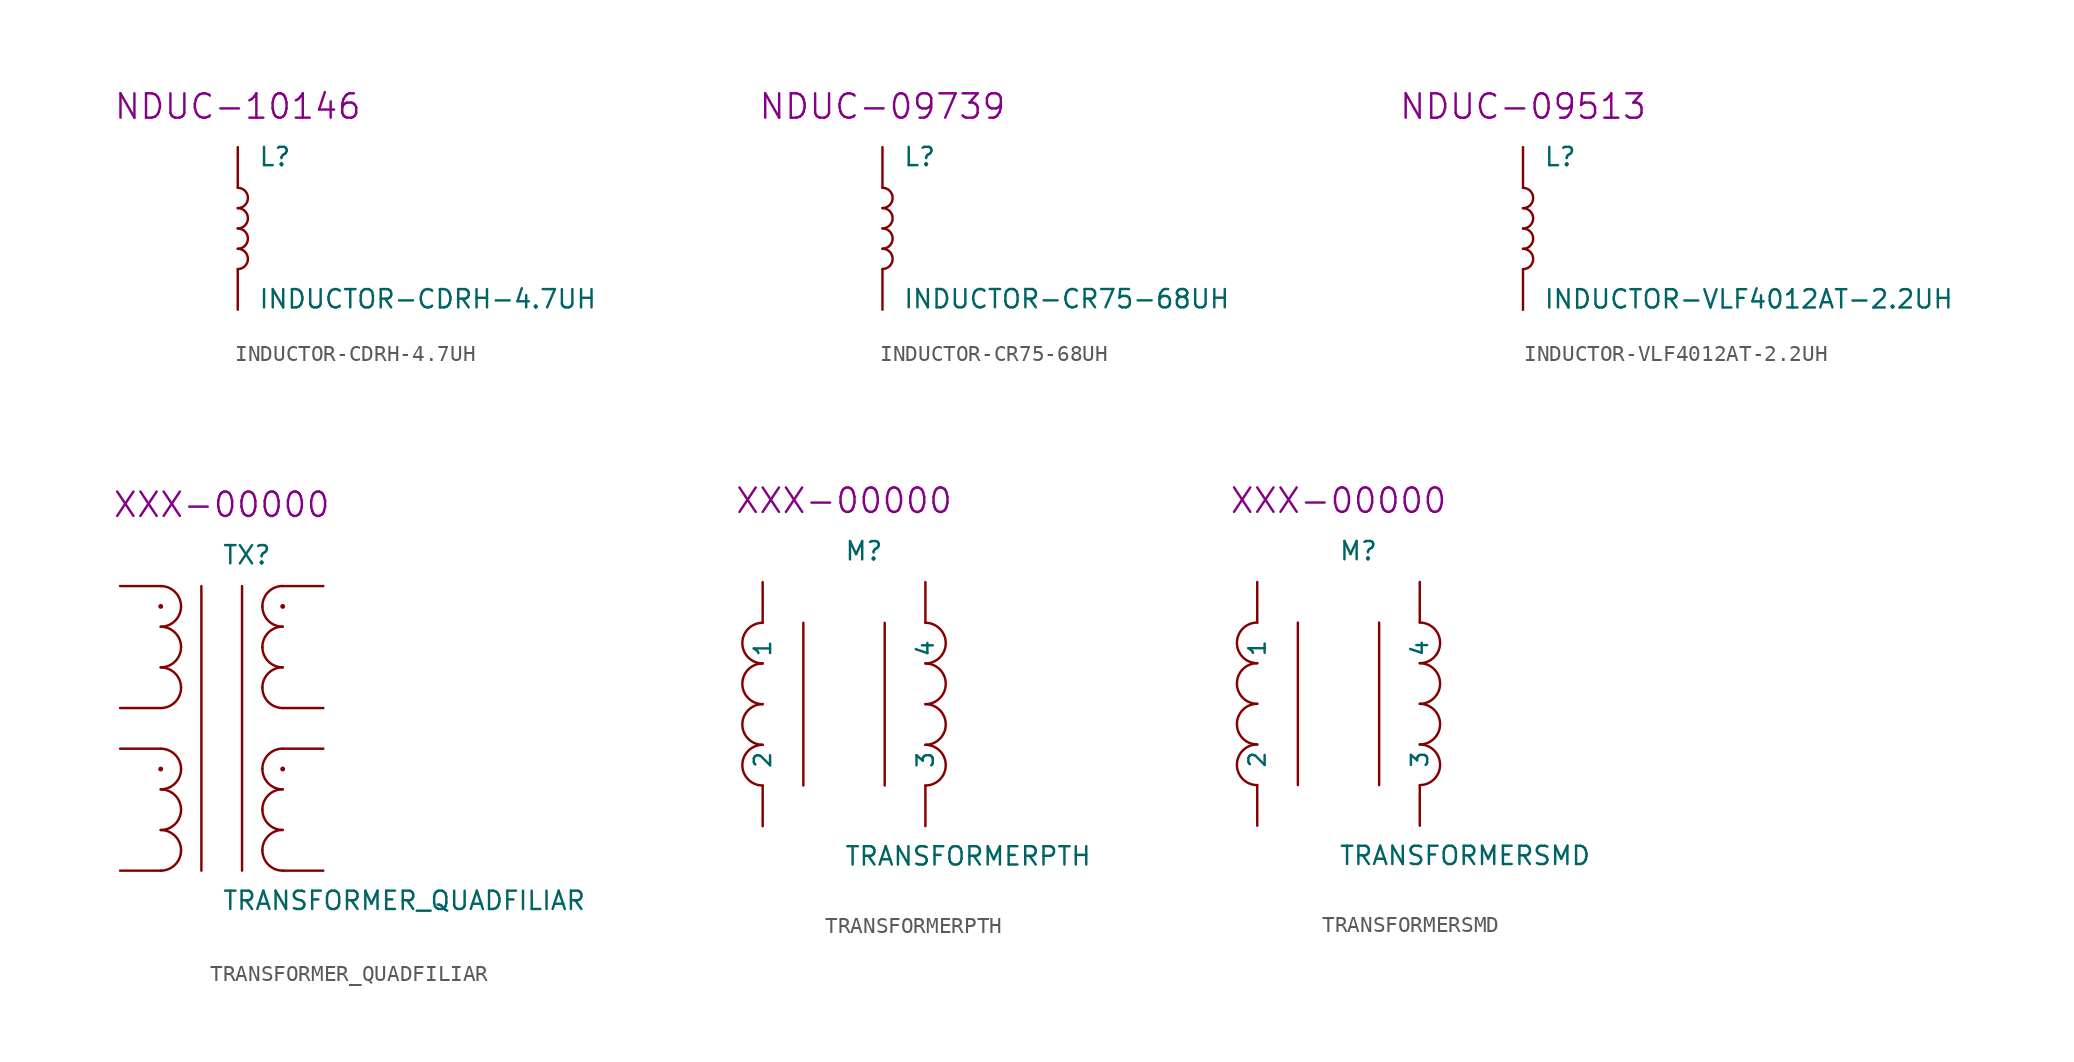
<source format=kicad_sym>
(kicad_symbol_lib
  (version 20201005)
  (generator kicad_symbol_editor)
  (symbol "INDUCTOR-CDRH-4.7UH"
    (pin_numbers hide)
    (pin_names
      (offset 1.016) hide)
    (property "Reference" "L"
      (at 1.27 3.81 0)
      (effects (font (size 1.143 1.143)) (justify left bottom)))
    (property "Value" "INDUCTOR-CDRH-4.7UH"
      (at 1.27 -5.08 0)
      (effects (font (size 1.143 1.143)) (justify left bottom)))
    (property "Field4" "NDUC-10146"
      (at 0 7.62 0)
      (effects (font (size 1.524 1.524))))
    (property "ki_locked" ""
      (at 0 0 0)
      (effects (font (size 1.27 1.27))))
    (symbol "INDUCTOR-CDRH-4.7UH_1_1"
      (arc (start 0 -2.54) (end 0 -1.27) (radius (at 0 -1.905) (length 0.635) (angles -89.9 89.9)) (stroke (width 0)) (fill (type none)))
      (arc (start 0 -1.27) (end 0 0) (radius (at 0 -0.635) (length 0.635) (angles -89.9 89.9)) (stroke (width 0)) (fill (type none)))
      (arc (start 0 0) (end 0 1.27) (radius (at 0 0.635) (length 0.635) (angles -89.9 89.9)) (stroke (width 0)) (fill (type none)))
      (arc (start 0 1.27) (end 0 2.54) (radius (at 0 1.905) (length 0.635) (angles -89.9 89.9)) (stroke (width 0)) (fill (type none)))
      (pin passive line (at 0 5.08 270) (length 2.54) (name "1" (effects (font (size 1.016 1.016)))) (number "P$1" (effects (font (size 1.016 1.016)))))
      (pin passive line (at 0 -5.08 90) (length 2.54) (name "2" (effects (font (size 1.016 1.016)))) (number "P$2" (effects (font (size 1.016 1.016)))))))
  (symbol "INDUCTOR-CR75-68UH"
    (pin_numbers hide)
    (pin_names
      (offset 1.016) hide)
    (property "Reference" "L"
      (at 1.27 3.81 0)
      (effects (font (size 1.143 1.143)) (justify left bottom)))
    (property "Value" "INDUCTOR-CR75-68UH"
      (at 1.27 -5.08 0)
      (effects (font (size 1.143 1.143)) (justify left bottom)))
    (property "Field4" "NDUC-09739"
      (at 0 7.62 0)
      (effects (font (size 1.524 1.524))))
    (property "ki_locked" ""
      (at 0 0 0)
      (effects (font (size 1.27 1.27))))
    (symbol "INDUCTOR-CR75-68UH_1_1"
      (arc (start 0 -2.54) (end 0 -1.27) (radius (at 0 -1.905) (length 0.635) (angles -89.9 89.9)) (stroke (width 0)) (fill (type none)))
      (arc (start 0 -1.27) (end 0 0) (radius (at 0 -0.635) (length 0.635) (angles -89.9 89.9)) (stroke (width 0)) (fill (type none)))
      (arc (start 0 0) (end 0 1.27) (radius (at 0 0.635) (length 0.635) (angles -89.9 89.9)) (stroke (width 0)) (fill (type none)))
      (arc (start 0 1.27) (end 0 2.54) (radius (at 0 1.905) (length 0.635) (angles -89.9 89.9)) (stroke (width 0)) (fill (type none)))
      (pin passive line (at 0 5.08 270) (length 2.54) (name "1" (effects (font (size 1.016 1.016)))) (number "P$1" (effects (font (size 1.016 1.016)))))
      (pin passive line (at 0 -5.08 90) (length 2.54) (name "2" (effects (font (size 1.016 1.016)))) (number "P$2" (effects (font (size 1.016 1.016)))))))
  (symbol "INDUCTOR-VLF4012AT-2.2UH"
    (pin_numbers hide)
    (pin_names
      (offset 1.016) hide)
    (property "Reference" "L"
      (at 1.27 3.81 0)
      (effects (font (size 1.143 1.143)) (justify left bottom)))
    (property "Value" "INDUCTOR-VLF4012AT-2.2UH"
      (at 1.27 -5.08 0)
      (effects (font (size 1.143 1.143)) (justify left bottom)))
    (property "Field4" "NDUC-09513"
      (at 0 7.62 0)
      (effects (font (size 1.524 1.524))))
    (property "ki_locked" ""
      (at 0 0 0)
      (effects (font (size 1.27 1.27))))
    (symbol "INDUCTOR-VLF4012AT-2.2UH_1_1"
      (arc (start 0 -2.54) (end 0 -1.27) (radius (at 0 -1.905) (length 0.635) (angles -89.9 89.9)) (stroke (width 0)) (fill (type none)))
      (arc (start 0 -1.27) (end 0 0) (radius (at 0 -0.635) (length 0.635) (angles -89.9 89.9)) (stroke (width 0)) (fill (type none)))
      (arc (start 0 0) (end 0 1.27) (radius (at 0 0.635) (length 0.635) (angles -89.9 89.9)) (stroke (width 0)) (fill (type none)))
      (arc (start 0 1.27) (end 0 2.54) (radius (at 0 1.905) (length 0.635) (angles -89.9 89.9)) (stroke (width 0)) (fill (type none)))
      (pin passive line (at 0 5.08 270) (length 2.54) (name "1" (effects (font (size 1.016 1.016)))) (number "P$1" (effects (font (size 1.016 1.016)))))
      (pin passive line (at 0 -5.08 90) (length 2.54) (name "2" (effects (font (size 1.016 1.016)))) (number "P$2" (effects (font (size 1.016 1.016)))))))
  (symbol "TRANSFORMER_QUADFILIAR"
    (pin_numbers hide)
    (pin_names
      (offset 1.016) hide)
    (property "Reference" "TX"
      (at 0 19.05 0)
      (effects (font (size 1.143 1.143)) (justify left bottom)))
    (property "Value" "TRANSFORMER_QUADFILIAR"
      (at 0 -2.54 0)
      (effects (font (size 1.143 1.143)) (justify left bottom)))
    (property "Field4" "XXX-00000"
      (at 0 22.86 0)
      (effects (font (size 1.524 1.524))))
    (property "ki_locked" ""
      (at 0 0 0)
      (effects (font (size 1.27 1.27))))
    (symbol "TRANSFORMER_QUADFILIAR_1_0"
      (polyline (pts (xy -1.27 17.78) (xy -1.27 0)) (stroke (width 0)) (fill (type none)))
      (polyline (pts (xy 1.27 0) (xy 1.27 17.78)) (stroke (width 0)) (fill (type none))))
    (symbol "TRANSFORMER_QUADFILIAR_1_1"
      (arc (start -2.54 1.27) (end -3.81 2.54) (radius (at -3.81 1.27) (length 1.27) (angles 0.1 89.9)) (stroke (width 0)) (fill (type none)))
      (arc (start -3.81 0) (end -2.54 1.27) (radius (at -3.81 1.27) (length 1.27) (angles -89.9 -0.1)) (stroke (width 0)) (fill (type none)))
      (arc (start -2.54 3.81) (end -3.81 5.08) (radius (at -3.81 3.81) (length 1.27) (angles 0.1 89.9)) (stroke (width 0)) (fill (type none)))
      (arc (start -3.81 2.54) (end -2.54 3.81) (radius (at -3.81 3.81) (length 1.27) (angles -89.9 -0.1)) (stroke (width 0)) (fill (type none)))
      (arc (start -2.54 6.35) (end -3.81 7.62) (radius (at -3.81 6.35) (length 1.27) (angles 0.1 89.9)) (stroke (width 0)) (fill (type none)))
      (arc (start -3.81 5.08) (end -2.54 6.35) (radius (at -3.81 6.35) (length 1.27) (angles -89.9 -0.1)) (stroke (width 0)) (fill (type none)))
      (arc (start -2.54 11.43) (end -3.81 12.7) (radius (at -3.81 11.43) (length 1.27) (angles 0.1 89.9)) (stroke (width 0)) (fill (type none)))
      (arc (start -3.81 10.16) (end -2.54 11.43) (radius (at -3.81 11.43) (length 1.27) (angles -89.9 -0.1)) (stroke (width 0)) (fill (type none)))
      (arc (start -2.54 13.97) (end -3.81 15.24) (radius (at -3.81 13.97) (length 1.27) (angles 0.1 89.9)) (stroke (width 0)) (fill (type none)))
      (arc (start -3.81 12.7) (end -2.54 13.97) (radius (at -3.81 13.97) (length 1.27) (angles -89.9 -0.1)) (stroke (width 0)) (fill (type none)))
      (arc (start -2.54 16.51) (end -3.81 17.78) (radius (at -3.81 16.51) (length 1.27) (angles 0.1 89.9)) (stroke (width 0)) (fill (type none)))
      (arc (start -3.81 15.24) (end -2.54 16.51) (radius (at -3.81 16.51) (length 1.27) (angles -89.9 -0.1)) (stroke (width 0)) (fill (type none)))
      (arc (start 3.81 2.54) (end 2.54 1.27) (radius (at 3.81 1.27) (length 1.27) (angles 90.1 179.9)) (stroke (width 0)) (fill (type none)))
      (arc (start 2.54 1.27) (end 3.81 0) (radius (at 3.81 1.27) (length 1.27) (angles -179.9 -90.1)) (stroke (width 0)) (fill (type none)))
      (arc (start 3.81 5.08) (end 2.54 3.81) (radius (at 3.81 3.81) (length 1.27) (angles 90.1 179.9)) (stroke (width 0)) (fill (type none)))
      (arc (start 2.54 3.81) (end 3.81 2.54) (radius (at 3.81 3.81) (length 1.27) (angles -179.9 -90.1)) (stroke (width 0)) (fill (type none)))
      (arc (start 3.81 7.62) (end 2.54 6.35) (radius (at 3.81 6.35) (length 1.27) (angles 90.1 179.9)) (stroke (width 0)) (fill (type none)))
      (arc (start 2.54 6.35) (end 3.81 5.08) (radius (at 3.81 6.35) (length 1.27) (angles -179.9 -90.1)) (stroke (width 0)) (fill (type none)))
      (arc (start 3.81 12.7) (end 2.54 11.43) (radius (at 3.81 11.43) (length 1.27) (angles 90.1 179.9)) (stroke (width 0)) (fill (type none)))
      (arc (start 2.54 11.43) (end 3.81 10.16) (radius (at 3.81 11.43) (length 1.27) (angles -179.9 -90.1)) (stroke (width 0)) (fill (type none)))
      (arc (start 3.81 15.24) (end 2.54 13.97) (radius (at 3.81 13.97) (length 1.27) (angles 90.1 179.9)) (stroke (width 0)) (fill (type none)))
      (arc (start 2.54 13.97) (end 3.81 12.7) (radius (at 3.81 13.97) (length 1.27) (angles -179.9 -90.1)) (stroke (width 0)) (fill (type none)))
      (arc (start 3.81 17.78) (end 2.54 16.51) (radius (at 3.81 16.51) (length 1.27) (angles 90.1 179.9)) (stroke (width 0)) (fill (type none)))
      (arc (start 2.54 16.51) (end 3.81 15.24) (radius (at 3.81 16.51) (length 1.27) (angles -179.9 -90.1)) (stroke (width 0)) (fill (type none)))
      (circle (center -3.81 6.35) (radius 0) (stroke (width 0)) (fill (type none)))
      (circle (center -3.81 16.51) (radius 0) (stroke (width 0)) (fill (type none)))
      (circle (center 3.81 6.35) (radius 0) (stroke (width 0)) (fill (type none)))
      (circle (center 3.81 16.51) (radius 0) (stroke (width 0)) (fill (type none)))
      (pin passive line (at -6.35 0 0) (length 2.54) (name "1" (effects (font (size 1.016 1.016)))) (number "P$1" (effects (font (size 1.016 1.016)))))
      (pin passive line (at -6.35 7.62 0) (length 2.54) (name "2" (effects (font (size 1.016 1.016)))) (number "P$2" (effects (font (size 1.016 1.016)))))
      (pin passive line (at -6.35 10.16 0) (length 2.54) (name "3" (effects (font (size 1.016 1.016)))) (number "P$3" (effects (font (size 1.016 1.016)))))
      (pin passive line (at -6.35 17.78 0) (length 2.54) (name "4" (effects (font (size 1.016 1.016)))) (number "P$4" (effects (font (size 1.016 1.016)))))
      (pin passive line (at 6.35 0 180) (length 2.54) (name "5" (effects (font (size 1.016 1.016)))) (number "P$5" (effects (font (size 1.016 1.016)))))
      (pin passive line (at 6.35 7.62 180) (length 2.54) (name "6" (effects (font (size 1.016 1.016)))) (number "P$6" (effects (font (size 1.016 1.016)))))
      (pin passive line (at 6.35 10.16 180) (length 2.54) (name "7" (effects (font (size 1.016 1.016)))) (number "P$7" (effects (font (size 1.016 1.016)))))
      (pin passive line (at 6.35 17.78 180) (length 2.54) (name "8" (effects (font (size 1.016 1.016)))) (number "P$8" (effects (font (size 1.016 1.016)))))))
  (symbol "TRANSFORMERPTH"
    (pin_numbers hide)
    (pin_names
      (offset 1.016))
    (property "Reference" "M"
      (at 0 8.89 0)
      (effects (font (size 1.143 1.143)) (justify left bottom)))
    (property "Value" "TRANSFORMERPTH"
      (at 0 -10.16 0)
      (effects (font (size 1.143 1.143)) (justify left bottom)))
    (property "Field4" "XXX-00000"
      (at 0 12.7 0)
      (effects (font (size 1.524 1.524))))
    (property "ki_locked" ""
      (at 0 0 0)
      (effects (font (size 1.27 1.27))))
    (symbol "TRANSFORMERPTH_1_0"
      (polyline (pts (xy -2.54 5.08) (xy -2.54 -5.08)) (stroke (width 0)) (fill (type none)))
      (polyline (pts (xy 2.54 5.08) (xy 2.54 -5.08)) (stroke (width 0)) (fill (type none))))
    (symbol "TRANSFORMERPTH_1_1"
      (arc (start -5.08 -2.54) (end -5.08 -5.08) (radius (at -5.08 -3.81) (length 1.27) (angles 90.1 -90.1)) (stroke (width 0)) (fill (type none)))
      (arc (start -5.08 0) (end -5.08 -2.54) (radius (at -5.08 -1.27) (length 1.27) (angles 90.1 -90.1)) (stroke (width 0)) (fill (type none)))
      (arc (start -5.08 2.54) (end -5.08 0) (radius (at -5.08 1.27) (length 1.27) (angles 90.1 -90.1)) (stroke (width 0)) (fill (type none)))
      (arc (start -5.08 5.08) (end -5.08 2.54) (radius (at -5.08 3.81) (length 1.27) (angles 90.1 -90.1)) (stroke (width 0)) (fill (type none)))
      (arc (start 5.08 -5.08) (end 5.08 -2.54) (radius (at 5.08 -3.81) (length 1.27) (angles -89.9 89.9)) (stroke (width 0)) (fill (type none)))
      (arc (start 5.08 -2.54) (end 5.08 0) (radius (at 5.08 -1.27) (length 1.27) (angles -89.9 89.9)) (stroke (width 0)) (fill (type none)))
      (arc (start 5.08 0) (end 5.08 2.54) (radius (at 5.08 1.27) (length 1.27) (angles -89.9 89.9)) (stroke (width 0)) (fill (type none)))
      (arc (start 5.08 2.54) (end 5.08 5.08) (radius (at 5.08 3.81) (length 1.27) (angles -89.9 89.9)) (stroke (width 0)) (fill (type none)))
      (pin bidirectional line (at -5.08 7.62 270) (length 2.54) (name "1" (effects (font (size 1.016 1.016)))) (number "1" (effects (font (size 1.016 1.016)))))
      (pin bidirectional line (at -5.08 -7.62 90) (length 2.54) (name "2" (effects (font (size 1.016 1.016)))) (number "2" (effects (font (size 1.016 1.016)))))
      (pin bidirectional line (at 5.08 -7.62 90) (length 2.54) (name "3" (effects (font (size 1.016 1.016)))) (number "3" (effects (font (size 1.016 1.016)))))
      (pin bidirectional line (at 5.08 7.62 270) (length 2.54) (name "4" (effects (font (size 1.016 1.016)))) (number "4" (effects (font (size 1.016 1.016)))))))
  (symbol "TRANSFORMERSMD"
    (pin_numbers hide)
    (pin_names
      (offset 1.016))
    (property "Reference" "M"
      (at 0 8.89 0)
      (effects (font (size 1.143 1.143)) (justify left bottom)))
    (property "Value" "TRANSFORMERSMD"
      (at 0 -10.16 0)
      (effects (font (size 1.143 1.143)) (justify left bottom)))
    (property "Field4" "XXX-00000"
      (at 0 12.7 0)
      (effects (font (size 1.524 1.524))))
    (property "ki_locked" ""
      (at 0 0 0)
      (effects (font (size 1.27 1.27))))
    (symbol "TRANSFORMERSMD_1_0"
      (polyline (pts (xy -2.54 5.08) (xy -2.54 -5.08)) (stroke (width 0)) (fill (type none)))
      (polyline (pts (xy 2.54 5.08) (xy 2.54 -5.08)) (stroke (width 0)) (fill (type none))))
    (symbol "TRANSFORMERSMD_1_1"
      (arc (start -5.08 -2.54) (end -5.08 -5.08) (radius (at -5.08 -3.81) (length 1.27) (angles 90.1 -90.1)) (stroke (width 0)) (fill (type none)))
      (arc (start -5.08 0) (end -5.08 -2.54) (radius (at -5.08 -1.27) (length 1.27) (angles 90.1 -90.1)) (stroke (width 0)) (fill (type none)))
      (arc (start -5.08 2.54) (end -5.08 0) (radius (at -5.08 1.27) (length 1.27) (angles 90.1 -90.1)) (stroke (width 0)) (fill (type none)))
      (arc (start -5.08 5.08) (end -5.08 2.54) (radius (at -5.08 3.81) (length 1.27) (angles 90.1 -90.1)) (stroke (width 0)) (fill (type none)))
      (arc (start 5.08 -5.08) (end 5.08 -2.54) (radius (at 5.08 -3.81) (length 1.27) (angles -89.9 89.9)) (stroke (width 0)) (fill (type none)))
      (arc (start 5.08 -2.54) (end 5.08 0) (radius (at 5.08 -1.27) (length 1.27) (angles -89.9 89.9)) (stroke (width 0)) (fill (type none)))
      (arc (start 5.08 0) (end 5.08 2.54) (radius (at 5.08 1.27) (length 1.27) (angles -89.9 89.9)) (stroke (width 0)) (fill (type none)))
      (arc (start 5.08 2.54) (end 5.08 5.08) (radius (at 5.08 3.81) (length 1.27) (angles -89.9 89.9)) (stroke (width 0)) (fill (type none)))
      (pin bidirectional line (at -5.08 7.62 270) (length 2.54) (name "1" (effects (font (size 1.016 1.016)))) (number "1" (effects (font (size 1.016 1.016)))))
      (pin bidirectional line (at -5.08 -7.62 90) (length 2.54) (name "2" (effects (font (size 1.016 1.016)))) (number "3" (effects (font (size 1.016 1.016)))))
      (pin bidirectional line (at 5.08 -7.62 90) (length 2.54) (name "3" (effects (font (size 1.016 1.016)))) (number "4" (effects (font (size 1.016 1.016)))))
      (pin bidirectional line (at 5.08 7.62 270) (length 2.54) (name "4" (effects (font (size 1.016 1.016)))) (number "6" (effects (font (size 1.016 1.016))))))))
</source>
